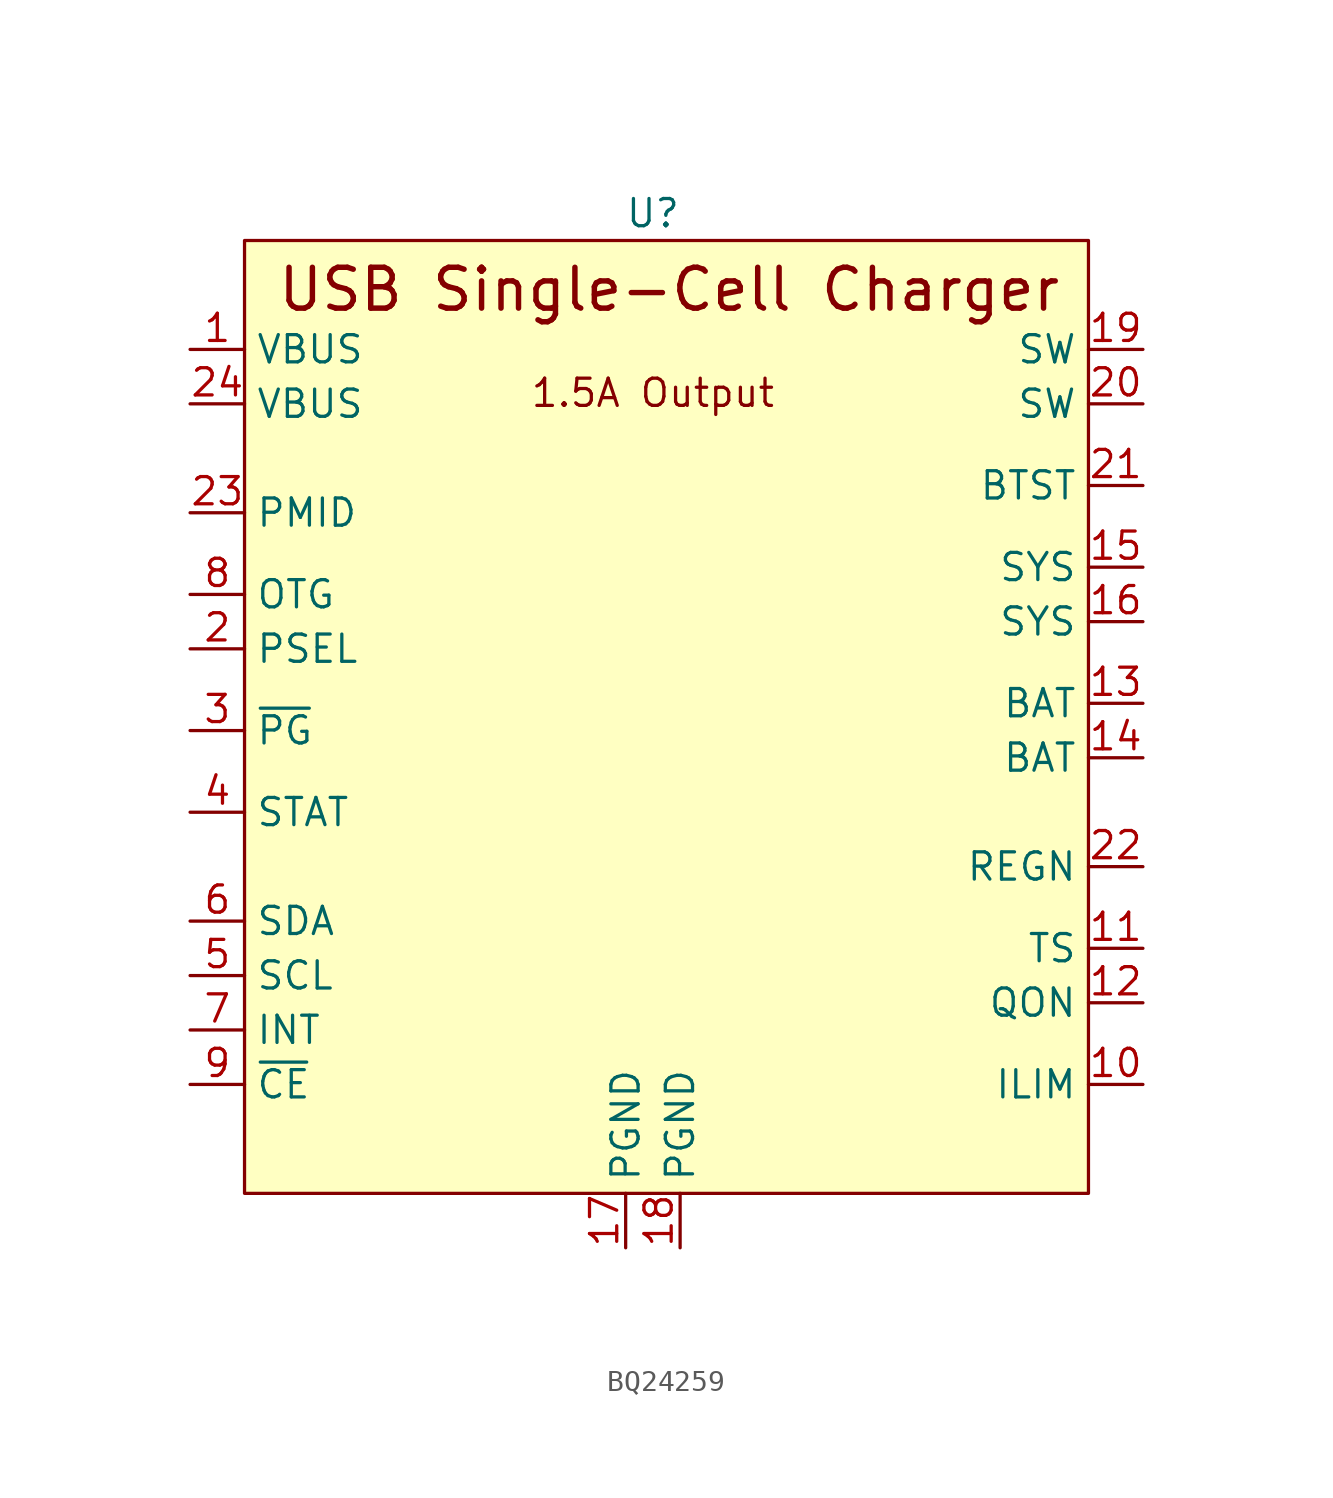
<source format=kicad_sym>
(kicad_symbol_lib
  (version 20241209)
  (generator "kicad_symbol_editor")
  (generator_version "9.0")
  (symbol "BQ24259"
    (property "Reference" "U"
      (at 0 3.81 0)
      (effects (font (size 1.27 1.27))))
    (property "Value" ""
      (at 0 0 0)
      (effects (font (size 1.27 1.27))))
    (symbol "BQ24259_1_1"
      (rectangle (start -19.05 2.54) (end 20.32 -41.91) (stroke (width 0) (type solid)) (fill (type background)))
      (text "1.5A Output" (at 0 -4.572 0) (effects (font (size 1.27 1.27))))
      (text "USB Single-Cell Charger" (at 0.762 0.254 0) (effects (font (size 1.905 1.905) (thickness 0.254) (bold yes))))
      (pin power_in line (at -21.59 -2.54 0) (length 2.54) (name "VBUS" (effects (font (size 1.27 1.27)))) (number "1" (effects (font (size 1.27 1.27)))))
      (pin power_in line (at -21.59 -5.08 0) (length 2.54) (name "VBUS" (effects (font (size 1.27 1.27)))) (number "24" (effects (font (size 1.27 1.27)))))
      (pin power_out line (at -21.59 -10.16 0) (length 2.54) (name "PMID" (effects (font (size 1.27 1.27)))) (number "23" (effects (font (size 1.27 1.27)))))
      (pin input line (at -21.59 -13.97 0) (length 2.54) (name "OTG" (effects (font (size 1.27 1.27)))) (number "8" (effects (font (size 1.27 1.27)))))
      (pin input line (at -21.59 -16.51 0) (length 2.54) (name "PSEL" (effects (font (size 1.27 1.27)))) (number "2" (effects (font (size 1.27 1.27)))))
      (pin output line (at -21.59 -20.32 0) (length 2.54) (name "~{PG}" (effects (font (size 1.27 1.27)))) (number "3" (effects (font (size 1.27 1.27)))))
      (pin output line (at -21.59 -24.13 0) (length 2.54) (name "STAT" (effects (font (size 1.27 1.27)))) (number "4" (effects (font (size 1.27 1.27)))))
      (pin bidirectional line (at -21.59 -29.21 0) (length 2.54) (name "SDA" (effects (font (size 1.27 1.27)))) (number "6" (effects (font (size 1.27 1.27)))))
      (pin input line (at -21.59 -31.75 0) (length 2.54) (name "SCL" (effects (font (size 1.27 1.27)))) (number "5" (effects (font (size 1.27 1.27)))))
      (pin output line (at -21.59 -34.29 0) (length 2.54) (name "INT" (effects (font (size 1.27 1.27)))) (number "7" (effects (font (size 1.27 1.27)))))
      (pin input line (at -21.59 -36.83 0) (length 2.54) (name "~{CE}" (effects (font (size 1.27 1.27)))) (number "9" (effects (font (size 1.27 1.27)))))
      (pin power_in line (at -1.27 -44.45 90) (length 2.54) (name "PGND" (effects (font (size 1.27 1.27)))) (number "17" (effects (font (size 1.27 1.27)))))
      (pin power_in line (at 1.27 -44.45 90) (length 2.54) (name "PGND" (effects (font (size 1.27 1.27)))) (number "18" (effects (font (size 1.27 1.27)))))
      (pin power_out line (at 22.86 -2.54 180) (length 2.54) (name "SW" (effects (font (size 1.27 1.27)))) (number "19" (effects (font (size 1.27 1.27)))))
      (pin power_out line (at 22.86 -5.08 180) (length 2.54) (name "SW" (effects (font (size 1.27 1.27)))) (number "20" (effects (font (size 1.27 1.27)))))
      (pin power_out line (at 22.86 -8.89 180) (length 2.54) (name "BTST" (effects (font (size 1.27 1.27)))) (number "21" (effects (font (size 1.27 1.27)))))
      (pin input line (at 22.86 -12.7 180) (length 2.54) (name "SYS" (effects (font (size 1.27 1.27)))) (number "15" (effects (font (size 1.27 1.27)))))
      (pin input line (at 22.86 -15.24 180) (length 2.54) (name "SYS" (effects (font (size 1.27 1.27)))) (number "16" (effects (font (size 1.27 1.27)))))
      (pin power_out line (at 22.86 -19.05 180) (length 2.54) (name "BAT" (effects (font (size 1.27 1.27)))) (number "13" (effects (font (size 1.27 1.27)))))
      (pin power_out line (at 22.86 -21.59 180) (length 2.54) (name "BAT" (effects (font (size 1.27 1.27)))) (number "14" (effects (font (size 1.27 1.27)))))
      (pin power_out line (at 22.86 -26.67 180) (length 2.54) (name "REGN" (effects (font (size 1.27 1.27)))) (number "22" (effects (font (size 1.27 1.27)))))
      (pin input line (at 22.86 -30.48 180) (length 2.54) (name "TS" (effects (font (size 1.27 1.27)))) (number "11" (effects (font (size 1.27 1.27)))))
      (pin input line (at 22.86 -33.02 180) (length 2.54) (name "QON" (effects (font (size 1.27 1.27)))) (number "12" (effects (font (size 1.27 1.27)))))
      (pin input line (at 22.86 -36.83 180) (length 2.54) (name "ILIM" (effects (font (size 1.27 1.27)))) (number "10" (effects (font (size 1.27 1.27))))))))
</source>
